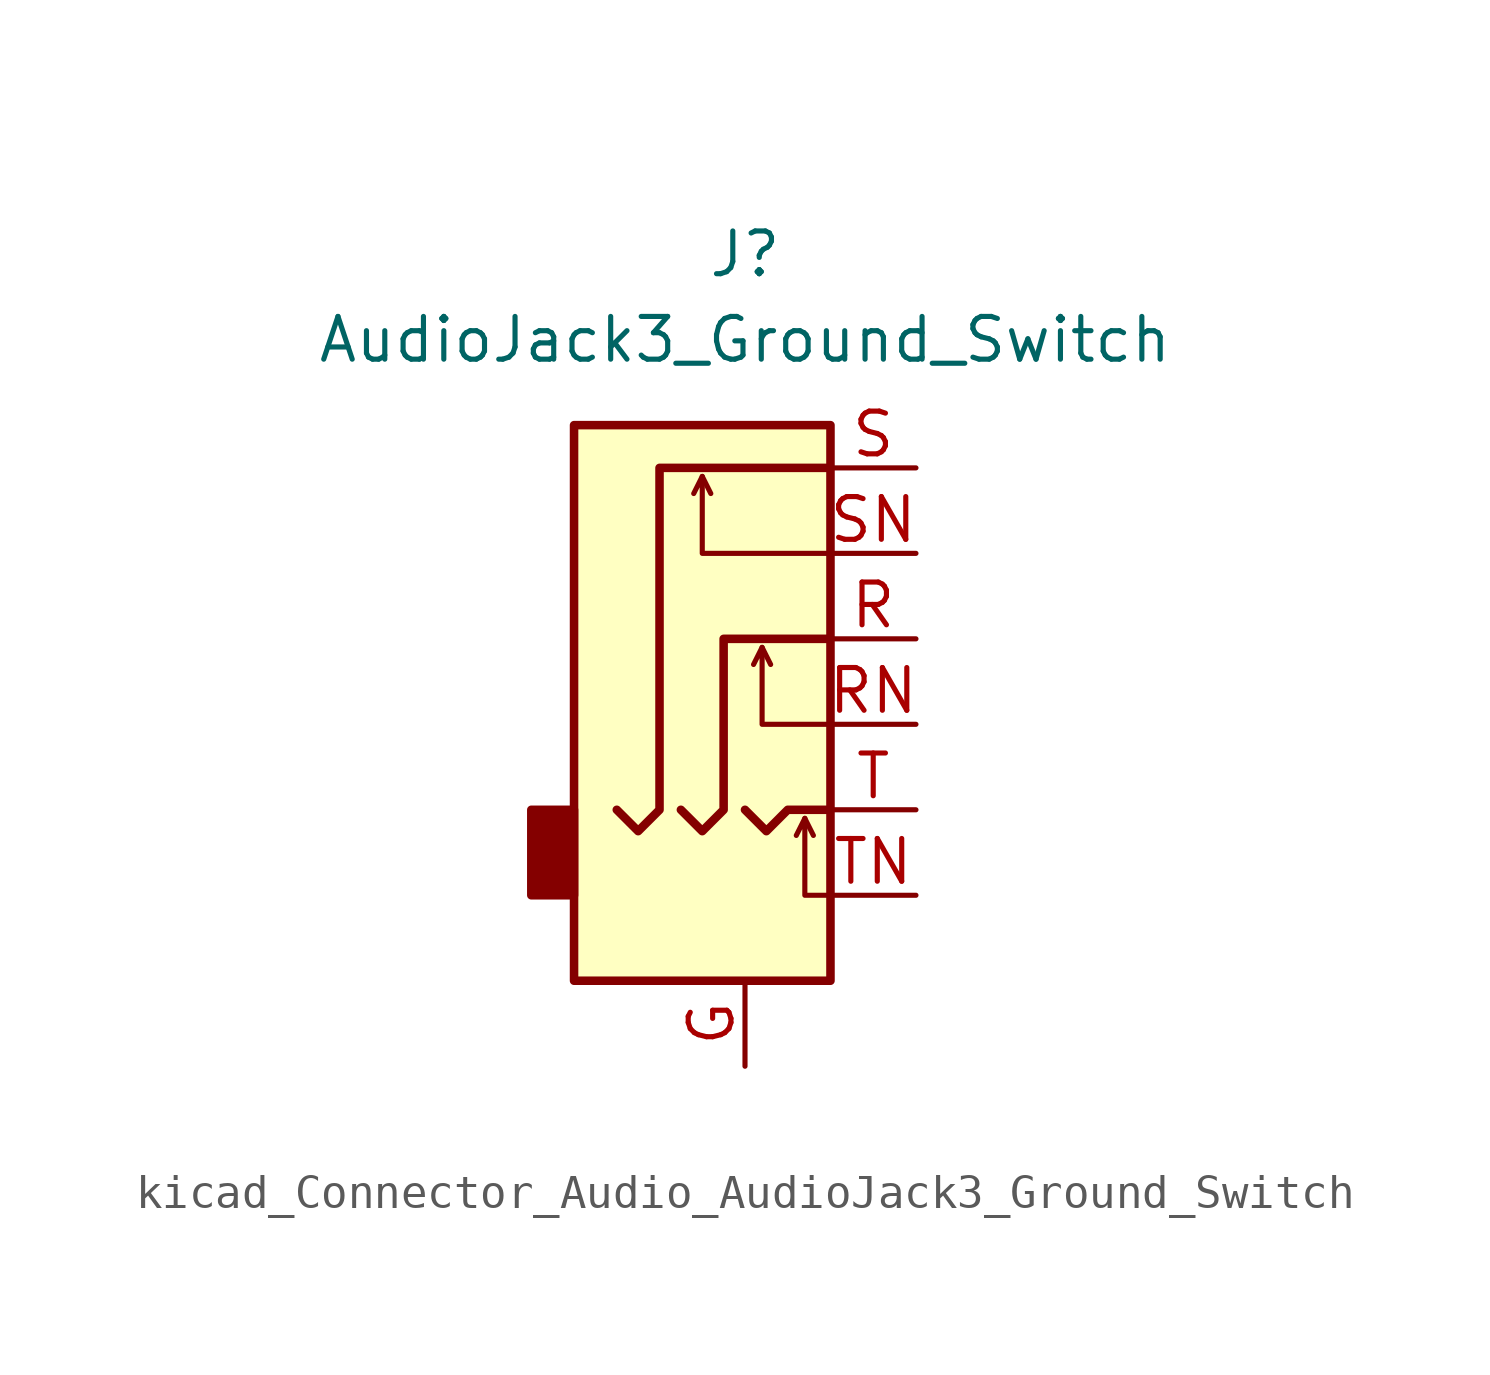
<source format=kicad_sym>
(kicad_symbol_lib
  (version 20220914)
  (generator kicad_symbol_editor)
  (symbol "kicad_Connector_Audio_AudioJack3_Ground_Switch"
    (property "Reference" "J"
      (at 0 11.43 0)
      (effects (font (size 1.27 1.27))))
    (property "Value" "AudioJack3_Ground_Switch"
      (at 0 8.89 0)
      (effects (font (size 1.27 1.27))))
    (symbol "kicad_Connector_Audio_AudioJack3_Ground_Switch_0_1"
      (rectangle (start -5.08 -5.08) (end -6.35 -7.62) (stroke (width 0.254) (type default)) (fill (type outline)))
      (rectangle (start 2.54 6.35) (end -5.08 -10.16) (stroke (width 0.254) (type default)) (fill (type background))))
    (symbol "kicad_Connector_Audio_AudioJack3_Ground_Switch_1_1"
      (polyline (pts (xy -1.27 4.826) (xy -1.016 4.318)) (stroke (width 0) (type default)) (fill (type none)))
      (polyline (pts (xy 0.508 -0.254) (xy 0.762 -0.762)) (stroke (width 0) (type default)) (fill (type none)))
      (polyline (pts (xy 1.778 -5.334) (xy 2.032 -5.842)) (stroke (width 0) (type default)) (fill (type none)))
      (polyline (pts (xy 0 -5.08) (xy 0.635 -5.715) (xy 1.27 -5.08) (xy 2.54 -5.08)) (stroke (width 0.254) (type default)) (fill (type none)))
      (polyline (pts (xy 2.54 -7.62) (xy 1.778 -7.62) (xy 1.778 -5.334) (xy 1.524 -5.842)) (stroke (width 0) (type default)) (fill (type none)))
      (polyline (pts (xy 2.54 -2.54) (xy 0.508 -2.54) (xy 0.508 -0.254) (xy 0.254 -0.762)) (stroke (width 0) (type default)) (fill (type none)))
      (polyline (pts (xy 2.54 2.54) (xy -1.27 2.54) (xy -1.27 4.826) (xy -1.524 4.318)) (stroke (width 0) (type default)) (fill (type none)))
      (polyline (pts (xy -1.905 -5.08) (xy -1.27 -5.715) (xy -0.635 -5.08) (xy -0.635 0) (xy 2.54 0)) (stroke (width 0.254) (type default)) (fill (type none)))
      (polyline (pts (xy 2.54 5.08) (xy -2.54 5.08) (xy -2.54 -5.08) (xy -3.175 -5.715) (xy -3.81 -5.08)) (stroke (width 0.254) (type default)) (fill (type none)))
      (pin passive line (at 0 -12.7 90) (length 2.54) (name "~" (effects (font (size 1.27 1.27)))) (number "G" (effects (font (size 1.27 1.27)))))
      (pin passive line (at 5.08 0 180) (length 2.54) (name "~" (effects (font (size 1.27 1.27)))) (number "R" (effects (font (size 1.27 1.27)))))
      (pin passive line (at 5.08 -2.54 180) (length 2.54) (name "~" (effects (font (size 1.27 1.27)))) (number "RN" (effects (font (size 1.27 1.27)))))
      (pin passive line (at 5.08 5.08 180) (length 2.54) (name "~" (effects (font (size 1.27 1.27)))) (number "S" (effects (font (size 1.27 1.27)))))
      (pin passive line (at 5.08 2.54 180) (length 2.54) (name "~" (effects (font (size 1.27 1.27)))) (number "SN" (effects (font (size 1.27 1.27)))))
      (pin passive line (at 5.08 -5.08 180) (length 2.54) (name "~" (effects (font (size 1.27 1.27)))) (number "T" (effects (font (size 1.27 1.27)))))
      (pin passive line (at 5.08 -7.62 180) (length 2.54) (name "~" (effects (font (size 1.27 1.27)))) (number "TN" (effects (font (size 1.27 1.27))))))))
</source>
